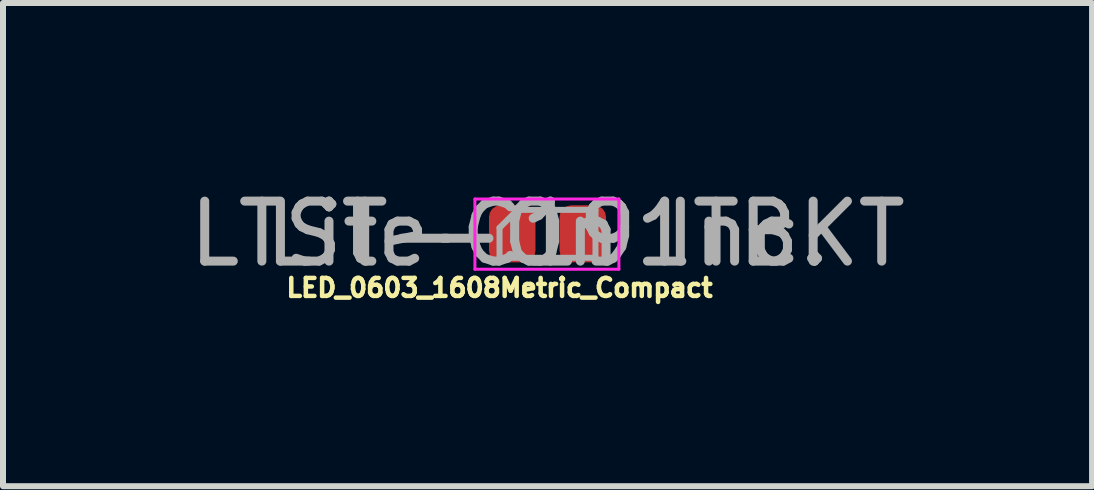
<source format=kicad_pcb>
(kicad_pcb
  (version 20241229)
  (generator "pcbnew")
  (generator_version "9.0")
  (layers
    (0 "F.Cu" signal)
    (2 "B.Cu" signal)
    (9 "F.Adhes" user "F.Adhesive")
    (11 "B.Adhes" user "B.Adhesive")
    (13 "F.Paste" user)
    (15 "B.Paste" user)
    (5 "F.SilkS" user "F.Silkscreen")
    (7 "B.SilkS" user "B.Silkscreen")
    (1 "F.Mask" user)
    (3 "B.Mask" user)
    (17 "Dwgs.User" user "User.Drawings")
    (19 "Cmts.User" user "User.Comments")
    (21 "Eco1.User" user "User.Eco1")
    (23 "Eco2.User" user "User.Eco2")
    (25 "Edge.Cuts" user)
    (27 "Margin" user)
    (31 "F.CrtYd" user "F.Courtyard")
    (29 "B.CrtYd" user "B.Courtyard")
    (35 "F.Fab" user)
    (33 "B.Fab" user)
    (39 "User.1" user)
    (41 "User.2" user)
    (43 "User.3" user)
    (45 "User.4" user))
  (footprint "LED_0603_1608Metric_Compact"
    (layer "F.Cu")
    (at 6.077 0.848)
    (property "Reference" "LED_0603_1608Metric_Compact" (at -0.8 0.9 0) (layer "F.SilkS") (effects (font (size 0.3 0.3) (thickness 0.075))))
    (property "Datasheet" "" (at 0 0 0) (unlocked yes) (layer "F.Fab") (effects (font (size 1.27 1.27) (thickness 0.15))))
    (property "Description" "" (at 0 0 0) (unlocked yes) (layer "F.Fab") (effects (font (size 1.27 1.27) (thickness 0.15))))
    (property "Mfg" "Lite-On Inc." (at 0 0 180) (layer "F.Fab") (effects (font (size 1 1) (thickness 0.15))))
    (property "PN" "LTST-C191TBKT" (at 0 0 180) (layer "F.Fab") (effects (font (size 1 1) (thickness 0.15))))
    (attr smd)
    (fp_line (start -1.21 -0.58) (end 1.19 -0.58) (stroke (width 0.05) (type solid)) (layer "F.CrtYd"))
    (fp_line (start -1.21 0.59) (end -1.21 -0.58) (stroke (width 0.05) (type solid)) (layer "F.CrtYd"))
    (fp_line (start 1.19 -0.58) (end 1.19 0.59) (stroke (width 0.05) (type solid)) (layer "F.CrtYd"))
    (fp_line (start 1.19 0.59) (end -1.21 0.59) (stroke (width 0.05) (type solid)) (layer "F.CrtYd"))
    (fp_line (start -0.8 -0.1) (end -0.8 0.4) (stroke (width 0.1) (type solid)) (layer "F.Fab"))
    (fp_line (start -0.8 0.4) (end 0.8 0.4) (stroke (width 0.1) (type solid)) (layer "F.Fab"))
    (fp_line (start -0.5 -0.4) (end -0.8 -0.1) (stroke (width 0.1) (type solid)) (layer "F.Fab"))
    (fp_line (start 0.8 -0.4) (end -0.5 -0.4) (stroke (width 0.1) (type solid)) (layer "F.Fab"))
    (fp_line (start 0.8 0.4) (end 0.8 -0.4) (stroke (width 0.1) (type solid)) (layer "F.Fab"))
    (pad "1" smd roundrect (at -0.588 0) (size 0.775 0.95) (layers "F.Cu" "F.Mask" "F.Paste") (roundrect_rratio 0.25))
    (pad "2" smd roundrect (at 0.588 0) (size 0.775 0.95) (layers "F.Cu" "F.Mask" "F.Paste") (roundrect_rratio 0.25)))
  (gr_rect
    (start -3 -3)
    (end 15.155 5.055)
    (stroke (width 0.1) (type default))
    (fill no)
    (layer "Edge.Cuts")))
</source>
